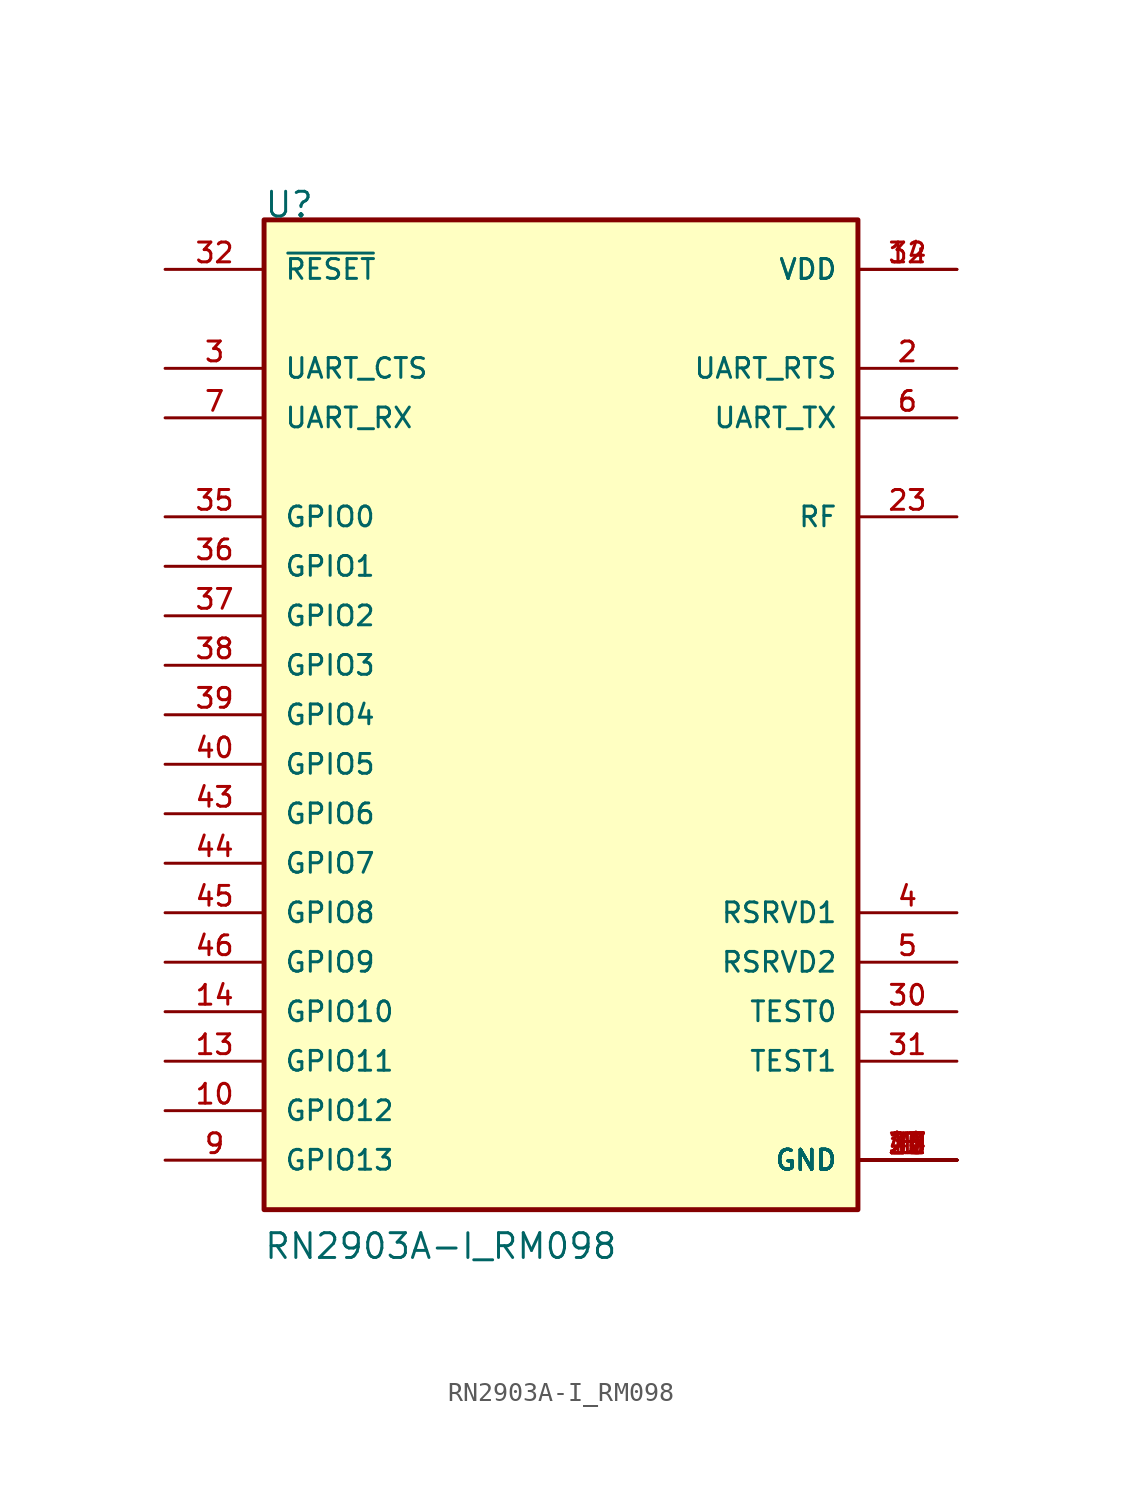
<source format=kicad_sym>
(kicad_symbol_lib
  (version 20211014)
  (generator kicad_symbol_editor)
  (symbol "RN2903A-I_RM098"
    (pin_names
      (offset 1.016))
    (property "Reference" "U"
      (at -15.261 25.435 0)
      (effects (font (size 1.27 1.27)) (justify bottom left)))
    (property "Value" "RN2903A-I_RM098"
      (at -15.282 -28.017 0)
      (effects (font (size 1.27 1.27)) (justify bottom left)))
    (symbol "RN2903A-I_RM098_0_0"
      (rectangle (start -15.24 -25.4) (end 15.24 25.4) (stroke (width 0.254)) (fill (type background)))
      (pin power_in line (at 20.32 -22.86 180.0) (length 5.08) (name "GND" (effects (font (size 1.016 1.016)))) (number "1" (effects (font (size 1.016 1.016)))))
      (pin power_in line (at 20.32 -22.86 180.0) (length 5.08) (name "GND" (effects (font (size 1.016 1.016)))) (number "8" (effects (font (size 1.016 1.016)))))
      (pin power_in line (at 20.32 -22.86 180.0) (length 5.08) (name "GND" (effects (font (size 1.016 1.016)))) (number "11" (effects (font (size 1.016 1.016)))))
      (pin power_in line (at 20.32 -22.86 180.0) (length 5.08) (name "GND" (effects (font (size 1.016 1.016)))) (number "20" (effects (font (size 1.016 1.016)))))
      (pin power_in line (at 20.32 -22.86 180.0) (length 5.08) (name "GND" (effects (font (size 1.016 1.016)))) (number "21" (effects (font (size 1.016 1.016)))))
      (pin power_in line (at 20.32 -22.86 180.0) (length 5.08) (name "GND" (effects (font (size 1.016 1.016)))) (number "22" (effects (font (size 1.016 1.016)))))
      (pin power_in line (at 20.32 -22.86 180.0) (length 5.08) (name "GND" (effects (font (size 1.016 1.016)))) (number "24" (effects (font (size 1.016 1.016)))))
      (pin power_in line (at 20.32 -22.86 180.0) (length 5.08) (name "GND" (effects (font (size 1.016 1.016)))) (number "26" (effects (font (size 1.016 1.016)))))
      (pin power_in line (at 20.32 -22.86 180.0) (length 5.08) (name "GND" (effects (font (size 1.016 1.016)))) (number "27" (effects (font (size 1.016 1.016)))))
      (pin power_in line (at 20.32 -22.86 180.0) (length 5.08) (name "GND" (effects (font (size 1.016 1.016)))) (number "28" (effects (font (size 1.016 1.016)))))
      (pin power_in line (at 20.32 -22.86 180.0) (length 5.08) (name "GND" (effects (font (size 1.016 1.016)))) (number "33" (effects (font (size 1.016 1.016)))))
      (pin power_in line (at 20.32 -22.86 180.0) (length 5.08) (name "GND" (effects (font (size 1.016 1.016)))) (number "41" (effects (font (size 1.016 1.016)))))
      (pin power_in line (at 20.32 -22.86 180.0) (length 5.08) (name "GND" (effects (font (size 1.016 1.016)))) (number "47" (effects (font (size 1.016 1.016)))))
      (pin power_in line (at 20.32 22.86 180.0) (length 5.08) (name "VDD" (effects (font (size 1.016 1.016)))) (number "12" (effects (font (size 1.016 1.016)))))
      (pin power_in line (at 20.32 22.86 180.0) (length 5.08) (name "VDD" (effects (font (size 1.016 1.016)))) (number "34" (effects (font (size 1.016 1.016)))))
      (pin input line (at -20.32 17.78 0) (length 5.08) (name "UART_CTS" (effects (font (size 1.016 1.016)))) (number "3" (effects (font (size 1.016 1.016)))))
      (pin output line (at 20.32 17.78 180.0) (length 5.08) (name "UART_RTS" (effects (font (size 1.016 1.016)))) (number "2" (effects (font (size 1.016 1.016)))))
      (pin passive line (at 20.32 -10.16 180.0) (length 5.08) (name "RSRVD1" (effects (font (size 1.016 1.016)))) (number "4" (effects (font (size 1.016 1.016)))))
      (pin passive line (at 20.32 -12.7 180.0) (length 5.08) (name "RSRVD2" (effects (font (size 1.016 1.016)))) (number "5" (effects (font (size 1.016 1.016)))))
      (pin input line (at -20.32 15.24 0) (length 5.08) (name "UART_RX" (effects (font (size 1.016 1.016)))) (number "7" (effects (font (size 1.016 1.016)))))
      (pin output line (at 20.32 15.24 180.0) (length 5.08) (name "UART_TX" (effects (font (size 1.016 1.016)))) (number "6" (effects (font (size 1.016 1.016)))))
      (pin bidirectional line (at -20.32 -20.32 0) (length 5.08) (name "GPIO12" (effects (font (size 1.016 1.016)))) (number "10" (effects (font (size 1.016 1.016)))))
      (pin bidirectional line (at -20.32 -22.86 0) (length 5.08) (name "GPIO13" (effects (font (size 1.016 1.016)))) (number "9" (effects (font (size 1.016 1.016)))))
      (pin bidirectional line (at -20.32 -17.78 0) (length 5.08) (name "GPIO11" (effects (font (size 1.016 1.016)))) (number "13" (effects (font (size 1.016 1.016)))))
      (pin bidirectional line (at -20.32 -15.24 0) (length 5.08) (name "GPIO10" (effects (font (size 1.016 1.016)))) (number "14" (effects (font (size 1.016 1.016)))))
      (pin passive line (at 20.32 10.16 180.0) (length 5.08) (name "RF" (effects (font (size 1.016 1.016)))) (number "23" (effects (font (size 1.016 1.016)))))
      (pin passive line (at 20.32 -15.24 180.0) (length 5.08) (name "TEST0" (effects (font (size 1.016 1.016)))) (number "30" (effects (font (size 1.016 1.016)))))
      (pin passive line (at 20.32 -17.78 180.0) (length 5.08) (name "TEST1" (effects (font (size 1.016 1.016)))) (number "31" (effects (font (size 1.016 1.016)))))
      (pin input line (at -20.32 22.86 0) (length 5.08) (name "~{RESET}" (effects (font (size 1.016 1.016)))) (number "32" (effects (font (size 1.016 1.016)))))
      (pin bidirectional line (at -20.32 7.62 0) (length 5.08) (name "GPIO1" (effects (font (size 1.016 1.016)))) (number "36" (effects (font (size 1.016 1.016)))))
      (pin bidirectional line (at -20.32 5.08 0) (length 5.08) (name "GPIO2" (effects (font (size 1.016 1.016)))) (number "37" (effects (font (size 1.016 1.016)))))
      (pin bidirectional line (at -20.32 2.54 0) (length 5.08) (name "GPIO3" (effects (font (size 1.016 1.016)))) (number "38" (effects (font (size 1.016 1.016)))))
      (pin bidirectional line (at -20.32 0.0 0) (length 5.08) (name "GPIO4" (effects (font (size 1.016 1.016)))) (number "39" (effects (font (size 1.016 1.016)))))
      (pin bidirectional line (at -20.32 -2.54 0) (length 5.08) (name "GPIO5" (effects (font (size 1.016 1.016)))) (number "40" (effects (font (size 1.016 1.016)))))
      (pin bidirectional line (at -20.32 -5.08 0) (length 5.08) (name "GPIO6" (effects (font (size 1.016 1.016)))) (number "43" (effects (font (size 1.016 1.016)))))
      (pin bidirectional line (at -20.32 -7.62 0) (length 5.08) (name "GPIO7" (effects (font (size 1.016 1.016)))) (number "44" (effects (font (size 1.016 1.016)))))
      (pin bidirectional line (at -20.32 -10.16 0) (length 5.08) (name "GPIO8" (effects (font (size 1.016 1.016)))) (number "45" (effects (font (size 1.016 1.016)))))
      (pin bidirectional line (at -20.32 -12.7 0) (length 5.08) (name "GPIO9" (effects (font (size 1.016 1.016)))) (number "46" (effects (font (size 1.016 1.016)))))
      (pin bidirectional line (at -20.32 10.16 0) (length 5.08) (name "GPIO0" (effects (font (size 1.016 1.016)))) (number "35" (effects (font (size 1.016 1.016))))))))
</source>
